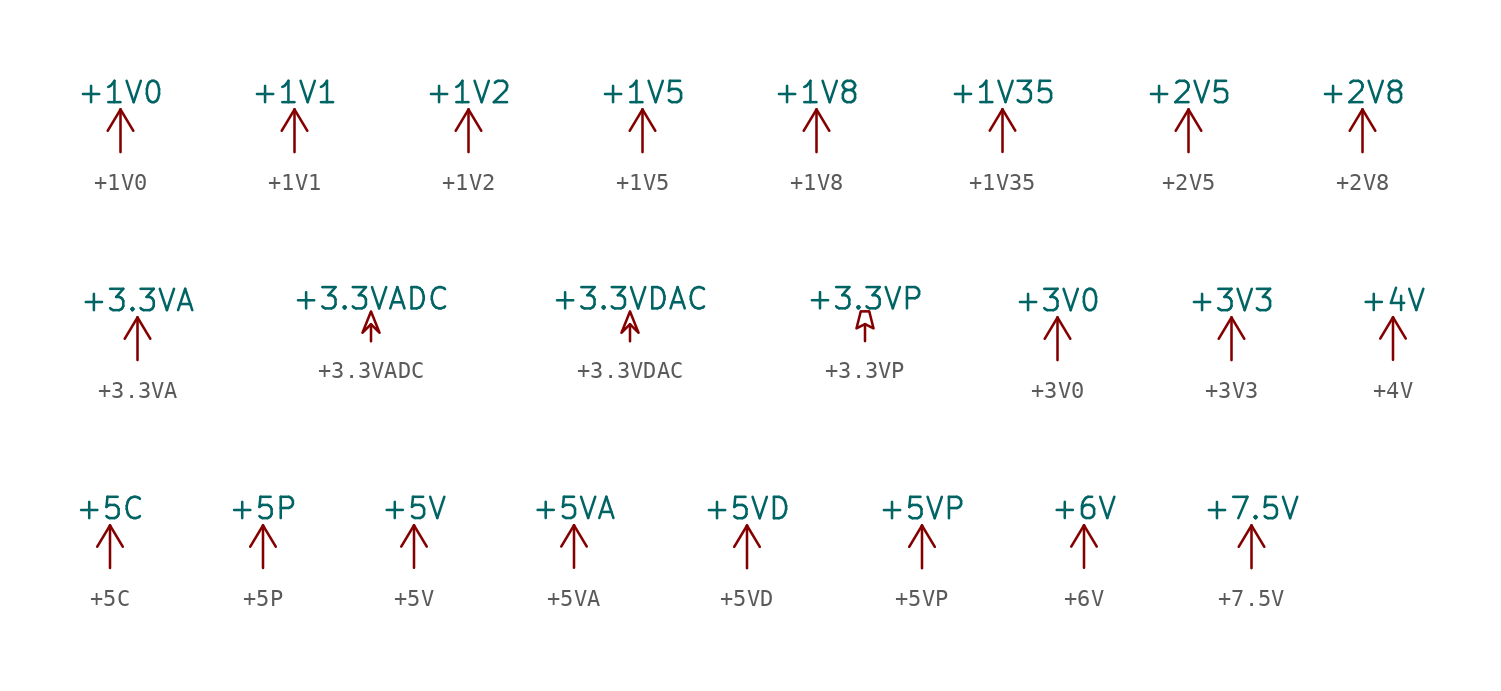
<source format=kicad_sym>
(kicad_symbol_lib
  (version 20201005)
  (generator kicad_symbol_editor)
  (symbol "+1V0"
    (power)
    (pin_names
      (offset 0))
    (property "Reference" "#PWR"
      (at 0 -3.81 0)
      (effects (font (size 1.27 1.27)) hide))
    (property "Value" "+1V0"
      (at 0 3.556 0)
      (effects (font (size 1.27 1.27))))
    (symbol "+1V0_0_1"
      (polyline (pts (xy -0.762 1.27) (xy 0 2.54)) (stroke (width 0)) (fill (type none)))
      (polyline (pts (xy 0 0) (xy 0 2.54)) (stroke (width 0)) (fill (type none)))
      (polyline (pts (xy 0 2.54) (xy 0.762 1.27)) (stroke (width 0)) (fill (type none))))
    (symbol "+1V0_1_1"
      (pin power_in line (at 0 0 90) (length 0) hide (name "+1V0" (effects (font (size 1.27 1.27)))) (number "1" (effects (font (size 1.27 1.27)))))))
  (symbol "+1V1"
    (power)
    (pin_names
      (offset 0))
    (property "Reference" "#PWR"
      (at 0 -3.81 0)
      (effects (font (size 1.27 1.27)) hide))
    (property "Value" "+1V1"
      (at 0 3.556 0)
      (effects (font (size 1.27 1.27))))
    (symbol "+1V1_0_1"
      (polyline (pts (xy -0.762 1.27) (xy 0 2.54)) (stroke (width 0)) (fill (type none)))
      (polyline (pts (xy 0 0) (xy 0 2.54)) (stroke (width 0)) (fill (type none)))
      (polyline (pts (xy 0 2.54) (xy 0.762 1.27)) (stroke (width 0)) (fill (type none))))
    (symbol "+1V1_1_1"
      (pin power_in line (at 0 0 90) (length 0) hide (name "+1V1" (effects (font (size 1.27 1.27)))) (number "1" (effects (font (size 1.27 1.27)))))))
  (symbol "+1V2"
    (power)
    (pin_names
      (offset 0))
    (property "Reference" "#PWR"
      (at 0 -3.81 0)
      (effects (font (size 1.27 1.27)) hide))
    (property "Value" "+1V2"
      (at 0 3.556 0)
      (effects (font (size 1.27 1.27))))
    (symbol "+1V2_0_1"
      (polyline (pts (xy -0.762 1.27) (xy 0 2.54)) (stroke (width 0)) (fill (type none)))
      (polyline (pts (xy 0 0) (xy 0 2.54)) (stroke (width 0)) (fill (type none)))
      (polyline (pts (xy 0 2.54) (xy 0.762 1.27)) (stroke (width 0)) (fill (type none))))
    (symbol "+1V2_1_1"
      (pin power_in line (at 0 0 90) (length 0) hide (name "+1V2" (effects (font (size 1.27 1.27)))) (number "1" (effects (font (size 1.27 1.27)))))))
  (symbol "+1V5"
    (power)
    (pin_names
      (offset 0))
    (property "Reference" "#PWR"
      (at 0 -3.81 0)
      (effects (font (size 1.27 1.27)) hide))
    (property "Value" "+1V5"
      (at 0 3.556 0)
      (effects (font (size 1.27 1.27))))
    (symbol "+1V5_0_1"
      (polyline (pts (xy -0.762 1.27) (xy 0 2.54)) (stroke (width 0)) (fill (type none)))
      (polyline (pts (xy 0 0) (xy 0 2.54)) (stroke (width 0)) (fill (type none)))
      (polyline (pts (xy 0 2.54) (xy 0.762 1.27)) (stroke (width 0)) (fill (type none))))
    (symbol "+1V5_1_1"
      (pin power_in line (at 0 0 90) (length 0) hide (name "+1V5" (effects (font (size 1.27 1.27)))) (number "1" (effects (font (size 1.27 1.27)))))))
  (symbol "+1V8"
    (power)
    (pin_names
      (offset 0))
    (property "Reference" "#PWR"
      (at 0 -3.81 0)
      (effects (font (size 1.27 1.27)) hide))
    (property "Value" "+1V8"
      (at 0 3.556 0)
      (effects (font (size 1.27 1.27))))
    (symbol "+1V8_0_1"
      (polyline (pts (xy -0.762 1.27) (xy 0 2.54)) (stroke (width 0)) (fill (type none)))
      (polyline (pts (xy 0 0) (xy 0 2.54)) (stroke (width 0)) (fill (type none)))
      (polyline (pts (xy 0 2.54) (xy 0.762 1.27)) (stroke (width 0)) (fill (type none))))
    (symbol "+1V8_1_1"
      (pin power_in line (at 0 0 90) (length 0) hide (name "+1V8" (effects (font (size 1.27 1.27)))) (number "1" (effects (font (size 1.27 1.27)))))))
  (symbol "+1V35"
    (power)
    (pin_names
      (offset 0))
    (property "Reference" "#PWR"
      (at 0 -3.81 0)
      (effects (font (size 1.27 1.27)) hide))
    (property "Value" "+1V35"
      (at 0 3.556 0)
      (effects (font (size 1.27 1.27))))
    (symbol "+1V35_0_1"
      (polyline (pts (xy -0.762 1.27) (xy 0 2.54)) (stroke (width 0)) (fill (type none)))
      (polyline (pts (xy 0 0) (xy 0 2.54)) (stroke (width 0)) (fill (type none)))
      (polyline (pts (xy 0 2.54) (xy 0.762 1.27)) (stroke (width 0)) (fill (type none))))
    (symbol "+1V35_1_1"
      (pin power_in line (at 0 0 90) (length 0) hide (name "+1V35" (effects (font (size 1.27 1.27)))) (number "1" (effects (font (size 1.27 1.27)))))))
  (symbol "+2V5"
    (power)
    (pin_names
      (offset 0))
    (property "Reference" "#PWR"
      (at 0 -3.81 0)
      (effects (font (size 1.27 1.27)) hide))
    (property "Value" "+2V5"
      (at 0 3.556 0)
      (effects (font (size 1.27 1.27))))
    (symbol "+2V5_0_1"
      (polyline (pts (xy -0.762 1.27) (xy 0 2.54)) (stroke (width 0)) (fill (type none)))
      (polyline (pts (xy 0 0) (xy 0 2.54)) (stroke (width 0)) (fill (type none)))
      (polyline (pts (xy 0 2.54) (xy 0.762 1.27)) (stroke (width 0)) (fill (type none))))
    (symbol "+2V5_1_1"
      (pin power_in line (at 0 0 90) (length 0) hide (name "+2V5" (effects (font (size 1.27 1.27)))) (number "1" (effects (font (size 1.27 1.27)))))))
  (symbol "+2V8"
    (power)
    (pin_names
      (offset 0))
    (property "Reference" "#PWR"
      (at 0 -3.81 0)
      (effects (font (size 1.27 1.27)) hide))
    (property "Value" "+2V8"
      (at 0 3.556 0)
      (effects (font (size 1.27 1.27))))
    (symbol "+2V8_0_1"
      (polyline (pts (xy -0.762 1.27) (xy 0 2.54)) (stroke (width 0)) (fill (type none)))
      (polyline (pts (xy 0 0) (xy 0 2.54)) (stroke (width 0)) (fill (type none)))
      (polyline (pts (xy 0 2.54) (xy 0.762 1.27)) (stroke (width 0)) (fill (type none))))
    (symbol "+2V8_1_1"
      (pin power_in line (at 0 0 90) (length 0) hide (name "+2V8" (effects (font (size 1.27 1.27)))) (number "1" (effects (font (size 1.27 1.27)))))))
  (symbol "+3.3VA"
    (power)
    (pin_names
      (offset 0))
    (property "Reference" "#PWR"
      (at 0 -3.81 0)
      (effects (font (size 1.27 1.27)) hide))
    (property "Value" "+3.3VA"
      (at 0 3.556 0)
      (effects (font (size 1.27 1.27))))
    (symbol "+3.3VA_0_1"
      (polyline (pts (xy -0.762 1.27) (xy 0 2.54)) (stroke (width 0)) (fill (type none)))
      (polyline (pts (xy 0 0) (xy 0 2.54)) (stroke (width 0)) (fill (type none)))
      (polyline (pts (xy 0 2.54) (xy 0.762 1.27)) (stroke (width 0)) (fill (type none))))
    (symbol "+3.3VA_1_1"
      (pin power_in line (at 0 0 90) (length 0) hide (name "+3.3VA" (effects (font (size 1.27 1.27)))) (number "1" (effects (font (size 1.27 1.27)))))))
  (symbol "+3.3VADC"
    (power)
    (pin_names
      (offset 0))
    (property "Reference" "#PWR"
      (at 3.81 -1.27 0)
      (effects (font (size 1.27 1.27)) hide))
    (property "Value" "+3.3VADC"
      (at 0 2.54 0)
      (effects (font (size 1.27 1.27))))
    (symbol "+3.3VADC_0_0"
      (pin power_in line (at 0 0 90) (length 0) hide (name "+3.3VADC" (effects (font (size 1.27 1.27)))) (number "1" (effects (font (size 1.27 1.27))))))
    (symbol "+3.3VADC_0_1"
      (polyline (pts (xy 0 0) (xy 0 1.016) (xy 0 1.016)) (stroke (width 0)) (fill (type none)))
      (polyline (pts (xy 0 1.016) (xy 0.508 0.508) (xy 0 1.778) (xy -0.508 0.508) (xy 0 1.016) (xy 0 1.016)) (stroke (width 0)) (fill (type none)))))
  (symbol "+3.3VDAC"
    (power)
    (pin_names
      (offset 0))
    (property "Reference" "#PWR"
      (at 3.81 -1.27 0)
      (effects (font (size 1.27 1.27)) hide))
    (property "Value" "+3.3VDAC"
      (at 0 2.54 0)
      (effects (font (size 1.27 1.27))))
    (symbol "+3.3VDAC_0_0"
      (pin power_in line (at 0 0 90) (length 0) hide (name "+3.3VDAC" (effects (font (size 1.27 1.27)))) (number "1" (effects (font (size 1.27 1.27))))))
    (symbol "+3.3VDAC_0_1"
      (polyline (pts (xy 0 0) (xy 0 1.016) (xy 0 1.016)) (stroke (width 0)) (fill (type none)))
      (polyline (pts (xy 0 1.016) (xy 0.508 0.508) (xy 0 1.778) (xy -0.508 0.508) (xy 0 1.016) (xy 0 1.016)) (stroke (width 0)) (fill (type none)))))
  (symbol "+3.3VP"
    (power)
    (pin_names
      (offset 0))
    (property "Reference" "#PWR"
      (at 3.81 -1.27 0)
      (effects (font (size 1.27 1.27)) hide))
    (property "Value" "+3.3VP"
      (at 0 2.54 0)
      (effects (font (size 1.27 1.27))))
    (symbol "+3.3VP_0_0"
      (pin power_in line (at 0 0 90) (length 0) hide (name "+3.3VP" (effects (font (size 1.27 1.27)))) (number "1" (effects (font (size 1.27 1.27))))))
    (symbol "+3.3VP_0_1"
      (polyline (pts (xy 0 0) (xy 0 1.016) (xy 0 1.016)) (stroke (width 0)) (fill (type none)))
      (polyline (pts (xy 0.508 0.762) (xy 0 1.016) (xy -0.508 0.762) (xy -0.254 1.778) (xy 0.254 1.778) (xy 0.508 0.762) (xy 0.508 0.762)) (stroke (width 0)) (fill (type none)))))
  (symbol "+3V0"
    (power)
    (pin_names
      (offset 0))
    (property "Reference" "#PWR"
      (at 0 -3.81 0)
      (effects (font (size 1.27 1.27)) hide))
    (property "Value" "+3V0"
      (at 0 3.556 0)
      (effects (font (size 1.27 1.27))))
    (symbol "+3V0_0_1"
      (polyline (pts (xy -0.762 1.27) (xy 0 2.54)) (stroke (width 0)) (fill (type none)))
      (polyline (pts (xy 0 0) (xy 0 2.54)) (stroke (width 0)) (fill (type none)))
      (polyline (pts (xy 0 2.54) (xy 0.762 1.27)) (stroke (width 0)) (fill (type none))))
    (symbol "+3V0_1_1"
      (pin power_in line (at 0 0 90) (length 0) hide (name "+3V0" (effects (font (size 1.27 1.27)))) (number "1" (effects (font (size 1.27 1.27)))))))
  (symbol "+3V3"
    (power)
    (pin_names
      (offset 0))
    (property "Reference" "#PWR"
      (at 0 -3.81 0)
      (effects (font (size 1.27 1.27)) hide))
    (property "Value" "+3V3"
      (at 0 3.556 0)
      (effects (font (size 1.27 1.27))))
    (symbol "+3V3_0_1"
      (polyline (pts (xy -0.762 1.27) (xy 0 2.54)) (stroke (width 0)) (fill (type none)))
      (polyline (pts (xy 0 0) (xy 0 2.54)) (stroke (width 0)) (fill (type none)))
      (polyline (pts (xy 0 2.54) (xy 0.762 1.27)) (stroke (width 0)) (fill (type none))))
    (symbol "+3V3_1_1"
      (pin power_in line (at 0 0 90) (length 0) hide (name "+3V3" (effects (font (size 1.27 1.27)))) (number "1" (effects (font (size 1.27 1.27)))))))
  (symbol "+4V"
    (power)
    (pin_names
      (offset 0))
    (property "Reference" "#PWR"
      (at 0 -3.81 0)
      (effects (font (size 1.27 1.27)) hide))
    (property "Value" "+4V"
      (at 0 3.556 0)
      (effects (font (size 1.27 1.27))))
    (symbol "+4V_0_1"
      (polyline (pts (xy -0.762 1.27) (xy 0 2.54)) (stroke (width 0)) (fill (type none)))
      (polyline (pts (xy 0 0) (xy 0 2.54)) (stroke (width 0)) (fill (type none)))
      (polyline (pts (xy 0 2.54) (xy 0.762 1.27)) (stroke (width 0)) (fill (type none))))
    (symbol "+4V_1_1"
      (pin power_in line (at 0 0 90) (length 0) hide (name "+4V" (effects (font (size 1.27 1.27)))) (number "1" (effects (font (size 1.27 1.27)))))))
  (symbol "+5C"
    (power)
    (pin_names
      (offset 0))
    (property "Reference" "#PWR"
      (at 0 -3.81 0)
      (effects (font (size 1.27 1.27)) hide))
    (property "Value" "+5C"
      (at 0 3.556 0)
      (effects (font (size 1.27 1.27))))
    (symbol "+5C_0_1"
      (polyline (pts (xy -0.762 1.27) (xy 0 2.54)) (stroke (width 0)) (fill (type none)))
      (polyline (pts (xy 0 0) (xy 0 2.54)) (stroke (width 0)) (fill (type none)))
      (polyline (pts (xy 0 2.54) (xy 0.762 1.27)) (stroke (width 0)) (fill (type none))))
    (symbol "+5C_1_1"
      (pin power_in line (at 0 0 90) (length 0) hide (name "+5C" (effects (font (size 1.27 1.27)))) (number "1" (effects (font (size 1.27 1.27)))))))
  (symbol "+5P"
    (power)
    (pin_names
      (offset 0))
    (property "Reference" "#PWR"
      (at 0 -3.81 0)
      (effects (font (size 1.27 1.27)) hide))
    (property "Value" "+5P"
      (at 0 3.556 0)
      (effects (font (size 1.27 1.27))))
    (symbol "+5P_0_1"
      (polyline (pts (xy -0.762 1.27) (xy 0 2.54)) (stroke (width 0)) (fill (type none)))
      (polyline (pts (xy 0 0) (xy 0 2.54)) (stroke (width 0)) (fill (type none)))
      (polyline (pts (xy 0 2.54) (xy 0.762 1.27)) (stroke (width 0)) (fill (type none))))
    (symbol "+5P_1_1"
      (pin power_in line (at 0 0 90) (length 0) hide (name "+5P" (effects (font (size 1.27 1.27)))) (number "1" (effects (font (size 1.27 1.27)))))))
  (symbol "+5V"
    (power)
    (pin_names
      (offset 0))
    (property "Reference" "#PWR"
      (at 0 -3.81 0)
      (effects (font (size 1.27 1.27)) hide))
    (property "Value" "+5V"
      (at 0 3.556 0)
      (effects (font (size 1.27 1.27))))
    (symbol "+5V_0_1"
      (polyline (pts (xy -0.762 1.27) (xy 0 2.54)) (stroke (width 0)) (fill (type none)))
      (polyline (pts (xy 0 0) (xy 0 2.54)) (stroke (width 0)) (fill (type none)))
      (polyline (pts (xy 0 2.54) (xy 0.762 1.27)) (stroke (width 0)) (fill (type none))))
    (symbol "+5V_1_1"
      (pin power_in line (at 0 0 90) (length 0) hide (name "+5V" (effects (font (size 1.27 1.27)))) (number "1" (effects (font (size 1.27 1.27)))))))
  (symbol "+5VA"
    (power)
    (pin_names
      (offset 0))
    (property "Reference" "#PWR"
      (at 0 -3.81 0)
      (effects (font (size 1.27 1.27)) hide))
    (property "Value" "+5VA"
      (at 0 3.556 0)
      (effects (font (size 1.27 1.27))))
    (symbol "+5VA_0_1"
      (polyline (pts (xy -0.762 1.27) (xy 0 2.54)) (stroke (width 0)) (fill (type none)))
      (polyline (pts (xy 0 0) (xy 0 2.54)) (stroke (width 0)) (fill (type none)))
      (polyline (pts (xy 0 2.54) (xy 0.762 1.27)) (stroke (width 0)) (fill (type none))))
    (symbol "+5VA_1_1"
      (pin power_in line (at 0 0 90) (length 0) hide (name "+5VA" (effects (font (size 1.27 1.27)))) (number "1" (effects (font (size 1.27 1.27)))))))
  (symbol "+5VD"
    (power)
    (pin_names
      (offset 0))
    (property "Reference" "#PWR"
      (at 0 -3.81 0)
      (effects (font (size 1.27 1.27)) hide))
    (property "Value" "+5VD"
      (at 0 3.556 0)
      (effects (font (size 1.27 1.27))))
    (symbol "+5VD_0_1"
      (polyline (pts (xy -0.762 1.27) (xy 0 2.54)) (stroke (width 0)) (fill (type none)))
      (polyline (pts (xy 0 0) (xy 0 2.54)) (stroke (width 0)) (fill (type none)))
      (polyline (pts (xy 0 2.54) (xy 0.762 1.27)) (stroke (width 0)) (fill (type none))))
    (symbol "+5VD_1_1"
      (pin power_in line (at 0 0 90) (length 0) hide (name "+5VD" (effects (font (size 1.27 1.27)))) (number "1" (effects (font (size 1.27 1.27)))))))
  (symbol "+5VP"
    (power)
    (pin_names
      (offset 0))
    (property "Reference" "#PWR"
      (at 0 -3.81 0)
      (effects (font (size 1.27 1.27)) hide))
    (property "Value" "+5VP"
      (at 0 3.556 0)
      (effects (font (size 1.27 1.27))))
    (symbol "+5VP_0_1"
      (polyline (pts (xy -0.762 1.27) (xy 0 2.54)) (stroke (width 0)) (fill (type none)))
      (polyline (pts (xy 0 0) (xy 0 2.54)) (stroke (width 0)) (fill (type none)))
      (polyline (pts (xy 0 2.54) (xy 0.762 1.27)) (stroke (width 0)) (fill (type none))))
    (symbol "+5VP_1_1"
      (pin power_in line (at 0 0 90) (length 0) hide (name "+5VP" (effects (font (size 1.27 1.27)))) (number "1" (effects (font (size 1.27 1.27)))))))
  (symbol "+6V"
    (power)
    (pin_names
      (offset 0))
    (property "Reference" "#PWR"
      (at 0 -3.81 0)
      (effects (font (size 1.27 1.27)) hide))
    (property "Value" "+6V"
      (at 0 3.556 0)
      (effects (font (size 1.27 1.27))))
    (symbol "+6V_0_1"
      (polyline (pts (xy -0.762 1.27) (xy 0 2.54)) (stroke (width 0)) (fill (type none)))
      (polyline (pts (xy 0 0) (xy 0 2.54)) (stroke (width 0)) (fill (type none)))
      (polyline (pts (xy 0 2.54) (xy 0.762 1.27)) (stroke (width 0)) (fill (type none))))
    (symbol "+6V_1_1"
      (pin power_in line (at 0 0 90) (length 0) hide (name "+6V" (effects (font (size 1.27 1.27)))) (number "1" (effects (font (size 1.27 1.27)))))))
  (symbol "+7.5V"
    (power)
    (pin_names
      (offset 0))
    (property "Reference" "#PWR"
      (at 0 -3.81 0)
      (effects (font (size 1.27 1.27)) hide))
    (property "Value" "+7.5V"
      (at 0 3.556 0)
      (effects (font (size 1.27 1.27))))
    (symbol "+7.5V_0_1"
      (polyline (pts (xy -0.762 1.27) (xy 0 2.54)) (stroke (width 0)) (fill (type none)))
      (polyline (pts (xy 0 0) (xy 0 2.54)) (stroke (width 0)) (fill (type none)))
      (polyline (pts (xy 0 2.54) (xy 0.762 1.27)) (stroke (width 0)) (fill (type none))))
    (symbol "+7.5V_1_1"
      (pin power_in line (at 0 0 90) (length 0) hide (name "+7.5V" (effects (font (size 1.27 1.27)))) (number "1" (effects (font (size 1.27 1.27))))))))
</source>
